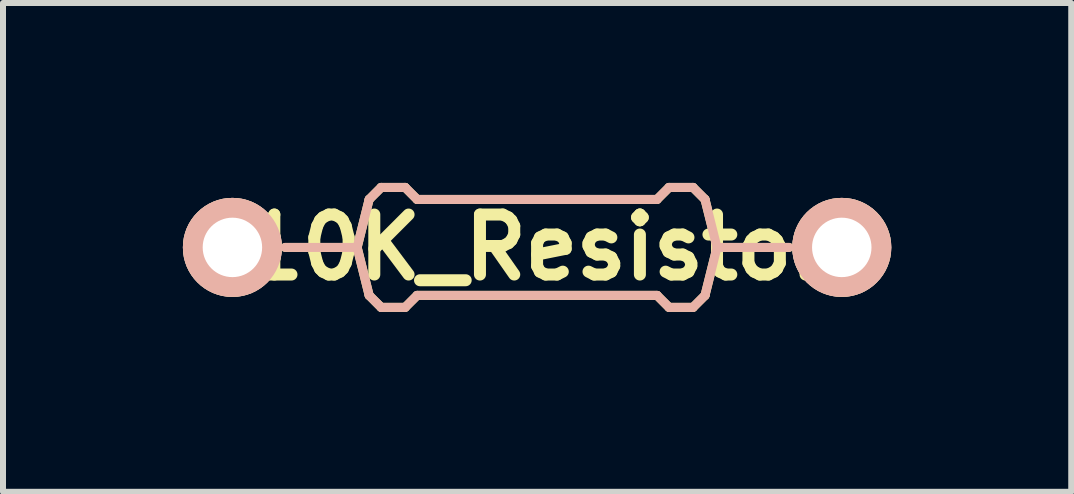
<source format=kicad_pcb>
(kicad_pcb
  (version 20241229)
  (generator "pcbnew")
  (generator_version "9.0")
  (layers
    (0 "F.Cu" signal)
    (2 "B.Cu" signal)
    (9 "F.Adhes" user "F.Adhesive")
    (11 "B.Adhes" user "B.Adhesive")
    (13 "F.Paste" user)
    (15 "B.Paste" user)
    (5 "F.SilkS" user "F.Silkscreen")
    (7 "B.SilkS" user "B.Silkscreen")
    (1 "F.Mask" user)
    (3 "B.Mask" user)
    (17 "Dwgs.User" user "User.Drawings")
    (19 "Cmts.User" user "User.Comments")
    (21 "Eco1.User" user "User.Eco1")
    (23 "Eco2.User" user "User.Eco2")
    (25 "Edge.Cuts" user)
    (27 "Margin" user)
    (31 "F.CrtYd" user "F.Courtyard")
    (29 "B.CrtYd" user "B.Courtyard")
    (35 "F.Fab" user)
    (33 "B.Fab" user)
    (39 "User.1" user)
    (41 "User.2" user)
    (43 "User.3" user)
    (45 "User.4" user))
  (footprint "10K_Resistor"
    (layer "F.Cu")
    (at 5.905 1.075)
    (property "Reference" "10K_Resistor" (at 0 0 0) (layer "F.SilkS") (effects (font (size 1 1) (thickness 0.2))))
    (attr through_hole)
    (fp_line (start -4.2 0) (end -3 0) (stroke (width 0.15) (type solid)) (layer "F.SilkS"))
    (fp_line (start -3 0) (end -2.8 -0.8) (stroke (width 0.15) (type solid)) (layer "F.SilkS"))
    (fp_line (start -2.8 -0.8) (end -2.6 -1) (stroke (width 0.15) (type solid)) (layer "F.SilkS"))
    (fp_line (start -2.8 0.8) (end -3 0) (stroke (width 0.15) (type solid)) (layer "F.SilkS"))
    (fp_line (start -2.6 -1) (end -2.2 -1) (stroke (width 0.15) (type solid)) (layer "F.SilkS"))
    (fp_line (start -2.6 1) (end -2.8 0.8) (stroke (width 0.15) (type solid)) (layer "F.SilkS"))
    (fp_line (start -2.2 -1) (end -2 -0.8) (stroke (width 0.15) (type solid)) (layer "F.SilkS"))
    (fp_line (start -2.2 1) (end -2.6 1) (stroke (width 0.15) (type solid)) (layer "F.SilkS"))
    (fp_line (start -2 -0.8) (end 2 -0.8) (stroke (width 0.15) (type solid)) (layer "F.SilkS"))
    (fp_line (start -2 0.8) (end -2.2 1) (stroke (width 0.15) (type solid)) (layer "F.SilkS"))
    (fp_line (start 2 -0.8) (end 2.2 -1) (stroke (width 0.15) (type solid)) (layer "F.SilkS"))
    (fp_line (start 2 0.8) (end -2 0.8) (stroke (width 0.15) (type solid)) (layer "F.SilkS"))
    (fp_line (start 2.2 -1) (end 2.6 -1) (stroke (width 0.15) (type solid)) (layer "F.SilkS"))
    (fp_line (start 2.2 1) (end 2 0.8) (stroke (width 0.15) (type solid)) (layer "F.SilkS"))
    (fp_line (start 2.6 -1) (end 2.8 -0.8) (stroke (width 0.15) (type solid)) (layer "F.SilkS"))
    (fp_line (start 2.6 1) (end 2.2 1) (stroke (width 0.15) (type solid)) (layer "F.SilkS"))
    (fp_line (start 2.8 -0.8) (end 3 0) (stroke (width 0.15) (type solid)) (layer "F.SilkS"))
    (fp_line (start 2.8 0.8) (end 2.6 1) (stroke (width 0.15) (type solid)) (layer "F.SilkS"))
    (fp_line (start 3 0) (end 2.8 0.8) (stroke (width 0.15) (type solid)) (layer "F.SilkS"))
    (fp_line (start 3 0) (end 4.2 0) (stroke (width 0.15) (type solid)) (layer "F.SilkS"))
    (fp_line (start -4.2 0) (end -3 0) (stroke (width 0.15) (type solid)) (layer "B.SilkS"))
    (fp_line (start -3 0) (end -2.8 -0.8) (stroke (width 0.15) (type solid)) (layer "B.SilkS"))
    (fp_line (start -2.8 -0.8) (end -2.6 -1) (stroke (width 0.15) (type solid)) (layer "B.SilkS"))
    (fp_line (start -2.8 0.8) (end -3 0) (stroke (width 0.15) (type solid)) (layer "B.SilkS"))
    (fp_line (start -2.6 -1) (end -2.2 -1) (stroke (width 0.15) (type solid)) (layer "B.SilkS"))
    (fp_line (start -2.6 1) (end -2.8 0.8) (stroke (width 0.15) (type solid)) (layer "B.SilkS"))
    (fp_line (start -2.2 -1) (end -2 -0.8) (stroke (width 0.15) (type solid)) (layer "B.SilkS"))
    (fp_line (start -2.2 1) (end -2.6 1) (stroke (width 0.15) (type solid)) (layer "B.SilkS"))
    (fp_line (start -2 -0.8) (end 2 -0.8) (stroke (width 0.15) (type solid)) (layer "B.SilkS"))
    (fp_line (start -2 0.8) (end -2.2 1) (stroke (width 0.15) (type solid)) (layer "B.SilkS"))
    (fp_line (start 2 -0.8) (end 2.2 -1) (stroke (width 0.15) (type solid)) (layer "B.SilkS"))
    (fp_line (start 2 0.8) (end -2 0.8) (stroke (width 0.15) (type solid)) (layer "B.SilkS"))
    (fp_line (start 2.2 -1) (end 2.6 -1) (stroke (width 0.15) (type solid)) (layer "B.SilkS"))
    (fp_line (start 2.2 1) (end 2 0.8) (stroke (width 0.15) (type solid)) (layer "B.SilkS"))
    (fp_line (start 2.6 -1) (end 2.8 -0.8) (stroke (width 0.15) (type solid)) (layer "B.SilkS"))
    (fp_line (start 2.6 1) (end 2.2 1) (stroke (width 0.15) (type solid)) (layer "B.SilkS"))
    (fp_line (start 2.8 -0.8) (end 3 0) (stroke (width 0.15) (type solid)) (layer "B.SilkS"))
    (fp_line (start 2.8 0.8) (end 2.6 1) (stroke (width 0.15) (type solid)) (layer "B.SilkS"))
    (fp_line (start 3 0) (end 2.8 0.8) (stroke (width 0.15) (type solid)) (layer "B.SilkS"))
    (fp_line (start 3 0) (end 4.2 0) (stroke (width 0.15) (type solid)) (layer "B.SilkS"))
    (pad "1" thru_hole circle (at -5.08 0) (size 1.651 1.651) (drill 0.991) (layers "*.Cu" "*.SilkS" "*.Mask"))
    (pad "2" thru_hole circle (at 5.08 0) (size 1.651 1.651) (drill 0.991) (layers "*.Cu" "*.SilkS" "*.Mask")))
  (gr_rect
    (start -3 -3)
    (end 14.811 5.15)
    (stroke (width 0.1) (type default))
    (fill no)
    (layer "Edge.Cuts")))
</source>
